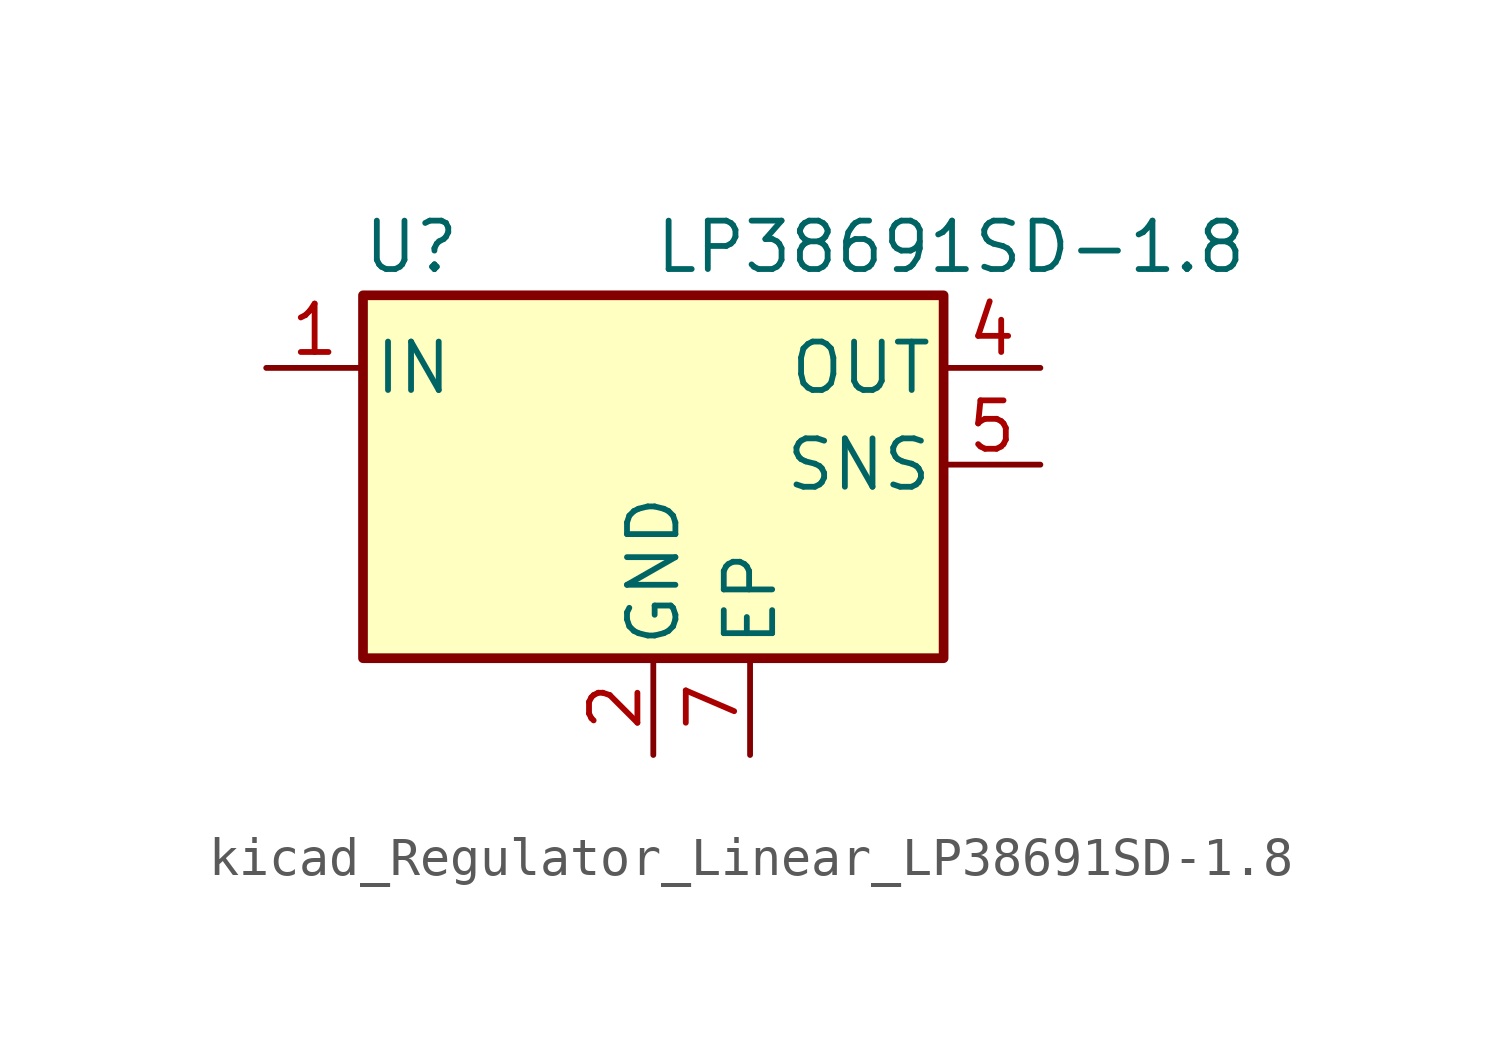
<source format=kicad_sym>
(kicad_symbol_lib
  (version 20220914)
  (generator kicad_symbol_editor)
  (symbol "kicad_Regulator_Linear_LP38691SD-1.8"
    (pin_names
      (offset 0.254))
    (property "Reference" "U"
      (at -6.35 5.715 0)
      (effects (font (size 1.27 1.27))))
    (property "Value" "LP38691SD-1.8"
      (at 0 5.715 0)
      (effects (font (size 1.27 1.27)) (justify left)))
    (symbol "kicad_Regulator_Linear_LP38691SD-1.8_0_1"
      (rectangle (start -7.62 -5.08) (end 7.62 4.445) (stroke (width 0.254) (type default)) (fill (type background))))
    (symbol "kicad_Regulator_Linear_LP38691SD-1.8_1_1"
      (pin power_in line (at -10.16 2.54 0) (length 2.54) (name "IN" (effects (font (size 1.27 1.27)))) (number "1" (effects (font (size 1.27 1.27)))))
      (pin power_in line (at 0 -7.62 90) (length 2.54) (name "GND" (effects (font (size 1.27 1.27)))) (number "2" (effects (font (size 1.27 1.27)))))
      (pin no_connect line (at -7.62 0 0) (length 2.54) hide (name "NC" (effects (font (size 1.27 1.27)))) (number "3" (effects (font (size 1.27 1.27)))))
      (pin power_out line (at 10.16 2.54 180) (length 2.54) (name "OUT" (effects (font (size 1.27 1.27)))) (number "4" (effects (font (size 1.27 1.27)))))
      (pin input line (at 10.16 0 180) (length 2.54) (name "SNS" (effects (font (size 1.27 1.27)))) (number "5" (effects (font (size 1.27 1.27)))))
      (pin passive line (at -10.16 2.54 0) (length 2.54) hide (name "IN" (effects (font (size 1.27 1.27)))) (number "6" (effects (font (size 1.27 1.27)))))
      (pin passive line (at 2.54 -7.62 90) (length 2.54) (name "EP" (effects (font (size 1.27 1.27)))) (number "7" (effects (font (size 1.27 1.27))))))))
</source>
